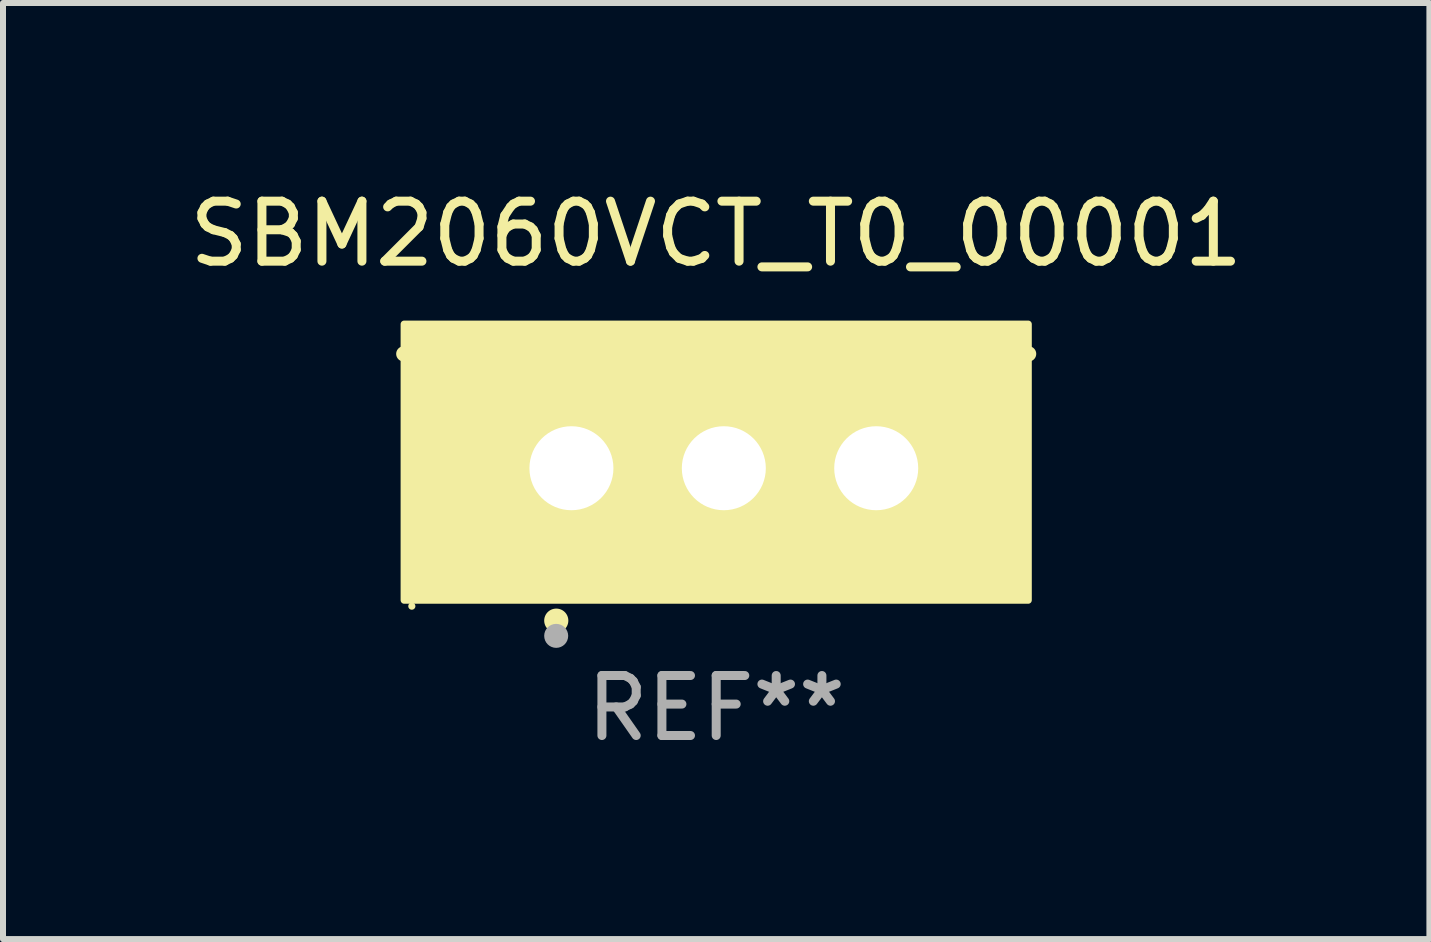
<source format=kicad_pcb>
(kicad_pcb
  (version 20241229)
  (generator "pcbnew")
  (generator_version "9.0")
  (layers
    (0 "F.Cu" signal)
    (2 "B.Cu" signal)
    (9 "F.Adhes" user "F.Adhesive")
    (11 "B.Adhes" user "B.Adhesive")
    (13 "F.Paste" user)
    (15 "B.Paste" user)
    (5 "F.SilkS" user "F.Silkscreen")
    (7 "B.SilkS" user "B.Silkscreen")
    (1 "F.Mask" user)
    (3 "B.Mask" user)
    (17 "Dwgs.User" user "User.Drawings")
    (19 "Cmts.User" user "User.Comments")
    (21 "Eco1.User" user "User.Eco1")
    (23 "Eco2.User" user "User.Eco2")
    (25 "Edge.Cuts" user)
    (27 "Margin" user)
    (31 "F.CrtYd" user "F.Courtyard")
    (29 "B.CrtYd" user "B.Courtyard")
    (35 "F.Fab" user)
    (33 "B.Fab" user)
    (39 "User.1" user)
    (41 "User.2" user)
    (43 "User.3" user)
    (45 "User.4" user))
  (footprint "SBM2060VCT_T0_00001"
    (layer "F.Cu")
    (at 8.887 3.801)
    (property "Reference" "SBM2060VCT_T0_00001" (at 0 -2.953 0) (layer "F.SilkS") (effects (font (size 1 1) (thickness 0.15))))
    (attr through_hole)
    (fp_line (start 5.207 -0.953) (end -5.207 -0.953) (stroke (width 0.254) (type solid)) (layer "F.SilkS"))
    (fp_arc (start -2.66698 3.49252) (mid -2.66571 3.492516) (end -2.66444 3.49252) (stroke (width 0.4) (type solid)) (layer "F.SilkS"))
    (fp_circle (center -5.073 3.252) (end -5.043 3.252) (stroke (width 0.06) (type solid)) (fill no) (layer "F.SilkS"))
    (fp_poly (pts (xy -5.2 -1.448) (xy 5.2 -1.448) (xy 5.2 3.152) (xy -5.2 3.152)) (stroke (width 0.12) (type solid)) (fill yes) (layer "F.SilkS"))
    (fp_circle (center -2.667 3.747) (end -2.567 3.747) (stroke (width 0.2) (type solid)) (fill no) (layer "F.Fab"))
    (fp_text user "REF**" (at 0 4.953 0) (layer "F.Fab") (effects (font (size 1 1) (thickness 0.15))))
    (pad "1" thru_hole rect (at -2.413 0.953) (size 2 2.5) (drill 1.4) (layers "*.Cu" "*.Mask"))
    (pad "2" thru_hole oval (at 0.127 0.953) (size 2 2.5) (drill 1.4) (layers "*.Cu" "*.Mask"))
    (pad "3" thru_hole oval (at 2.667 0.953) (size 2 2.5) (drill 1.4) (layers "*.Cu" "*.Mask")))
  (gr_rect
    (start -3 -3)
    (end 20.774 12.602)
    (stroke (width 0.1) (type default))
    (fill no)
    (layer "Edge.Cuts")))
</source>
